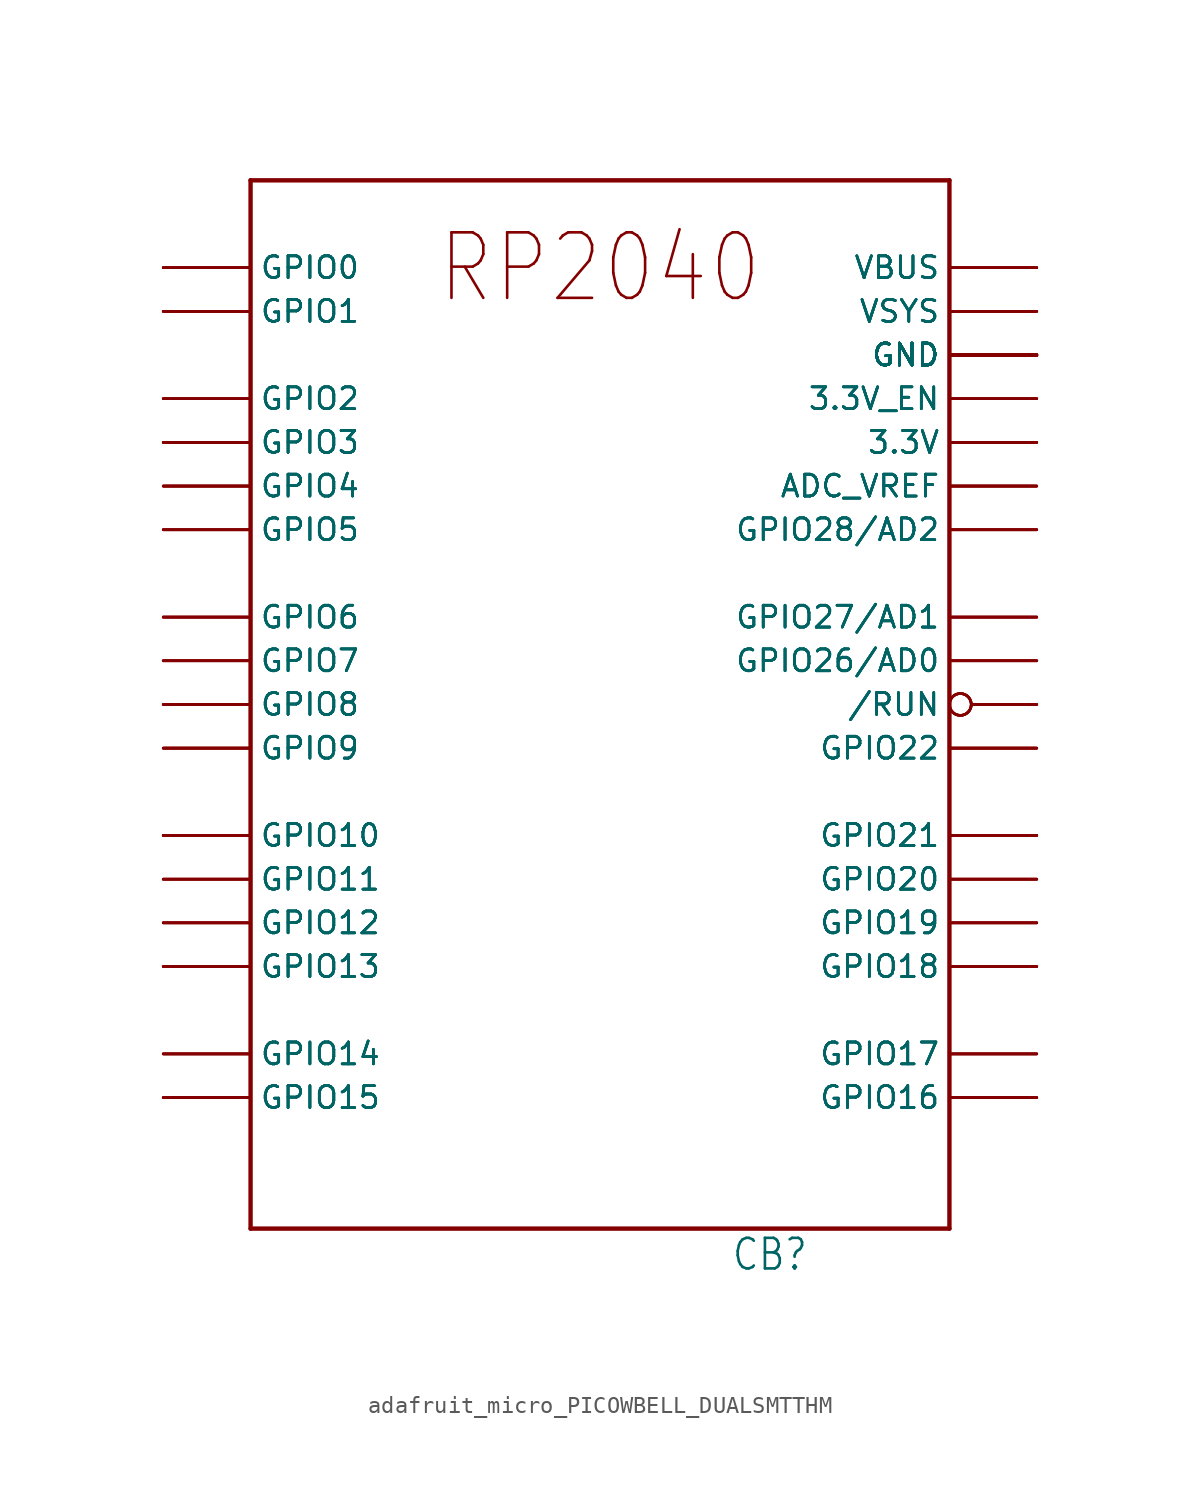
<source format=kicad_sym>
(kicad_symbol_lib
  (version 20231120)
  (generator "kicad_symbol_editor")
  (generator_version "8.0")
  (symbol "adafruit_micro_PICOWBELL_DUALSMTTHM"
    (property "Reference" "CB"
      (at 7.62 -33.02 0)
      (effects (font (size 1.778 1.511)) (justify left bottom)))
    (property "Value" ""
      (at -17.78 -33.02 0)
      (effects (font (size 1.778 1.511)) (justify left bottom)))
    (property "ki_locked" ""
      (at 0 0 0)
      (effects (font (size 1.27 1.27))))
    (symbol "adafruit_micro_PICOWBELL_DUALSMTTHM_1_0"
      (polyline (pts (xy -20.32 -30.48) (xy -20.32 30.48)) (stroke (width 0.254) (type solid)) (fill (type none)))
      (polyline (pts (xy -20.32 30.48) (xy 20.32 30.48)) (stroke (width 0.254) (type solid)) (fill (type none)))
      (polyline (pts (xy 20.32 -30.48) (xy -20.32 -30.48)) (stroke (width 0.254) (type solid)) (fill (type none)))
      (polyline (pts (xy 20.32 30.48) (xy 20.32 -30.48)) (stroke (width 0.254) (type solid)) (fill (type none)))
      (text "RP2040" (at 0 25.4 0) (effects (font (size 3.81 3.239))))
      (pin bidirectional line (at -25.4 25.4 0) (length 5.08) (name "GPIO0" (effects (font (size 1.27 1.27)))) (number "S1" (effects (font (size 0 0)))))
      (pin bidirectional line (at -25.4 15.24 0) (length 5.08) (name "GPIO3" (effects (font (size 1.27 1.27)))) (number "S10" (effects (font (size 0 0)))))
      (pin bidirectional line (at -25.4 12.7 0) (length 5.08) (name "GPIO4" (effects (font (size 1.27 1.27)))) (number "S11" (effects (font (size 0 0)))))
      (pin bidirectional line (at -25.4 12.7 0) (length 5.08) (name "GPIO4" (effects (font (size 1.27 1.27)))) (number "S12" (effects (font (size 0 0)))))
      (pin bidirectional line (at -25.4 10.16 0) (length 5.08) (name "GPIO5" (effects (font (size 1.27 1.27)))) (number "S13" (effects (font (size 0 0)))))
      (pin bidirectional line (at -25.4 10.16 0) (length 5.08) (name "GPIO5" (effects (font (size 1.27 1.27)))) (number "S14" (effects (font (size 0 0)))))
      (pin power_in line (at 25.4 20.32 180) (length 5.08) (name "GND" (effects (font (size 1.27 1.27)))) (number "S15" (effects (font (size 0 0)))))
      (pin power_in line (at 25.4 20.32 180) (length 5.08) (name "GND" (effects (font (size 1.27 1.27)))) (number "S16" (effects (font (size 0 0)))))
      (pin bidirectional line (at -25.4 5.08 0) (length 5.08) (name "GPIO6" (effects (font (size 1.27 1.27)))) (number "S17" (effects (font (size 0 0)))))
      (pin bidirectional line (at -25.4 5.08 0) (length 5.08) (name "GPIO6" (effects (font (size 1.27 1.27)))) (number "S18" (effects (font (size 0 0)))))
      (pin bidirectional line (at -25.4 2.54 0) (length 5.08) (name "GPIO7" (effects (font (size 1.27 1.27)))) (number "S19" (effects (font (size 0 0)))))
      (pin bidirectional line (at -25.4 25.4 0) (length 5.08) (name "GPIO0" (effects (font (size 1.27 1.27)))) (number "S2" (effects (font (size 0 0)))))
      (pin bidirectional line (at -25.4 2.54 0) (length 5.08) (name "GPIO7" (effects (font (size 1.27 1.27)))) (number "S20" (effects (font (size 0 0)))))
      (pin bidirectional line (at -25.4 0 0) (length 5.08) (name "GPIO8" (effects (font (size 1.27 1.27)))) (number "S21" (effects (font (size 0 0)))))
      (pin bidirectional line (at -25.4 0 0) (length 5.08) (name "GPIO8" (effects (font (size 1.27 1.27)))) (number "S22" (effects (font (size 0 0)))))
      (pin bidirectional line (at -25.4 -2.54 0) (length 5.08) (name "GPIO9" (effects (font (size 1.27 1.27)))) (number "S23" (effects (font (size 0 0)))))
      (pin bidirectional line (at -25.4 -2.54 0) (length 5.08) (name "GPIO9" (effects (font (size 1.27 1.27)))) (number "S24" (effects (font (size 0 0)))))
      (pin power_in line (at 25.4 20.32 180) (length 5.08) (name "GND" (effects (font (size 1.27 1.27)))) (number "S25" (effects (font (size 0 0)))))
      (pin power_in line (at 25.4 20.32 180) (length 5.08) (name "GND" (effects (font (size 1.27 1.27)))) (number "S26" (effects (font (size 0 0)))))
      (pin bidirectional line (at -25.4 -7.62 0) (length 5.08) (name "GPIO10" (effects (font (size 1.27 1.27)))) (number "S27" (effects (font (size 0 0)))))
      (pin bidirectional line (at -25.4 -7.62 0) (length 5.08) (name "GPIO10" (effects (font (size 1.27 1.27)))) (number "S28" (effects (font (size 0 0)))))
      (pin bidirectional line (at -25.4 -10.16 0) (length 5.08) (name "GPIO11" (effects (font (size 1.27 1.27)))) (number "S29" (effects (font (size 0 0)))))
      (pin bidirectional line (at -25.4 22.86 0) (length 5.08) (name "GPIO1" (effects (font (size 1.27 1.27)))) (number "S3" (effects (font (size 0 0)))))
      (pin bidirectional line (at -25.4 -10.16 0) (length 5.08) (name "GPIO11" (effects (font (size 1.27 1.27)))) (number "S30" (effects (font (size 0 0)))))
      (pin bidirectional line (at -25.4 -12.7 0) (length 5.08) (name "GPIO12" (effects (font (size 1.27 1.27)))) (number "S31" (effects (font (size 0 0)))))
      (pin bidirectional line (at -25.4 -12.7 0) (length 5.08) (name "GPIO12" (effects (font (size 1.27 1.27)))) (number "S32" (effects (font (size 0 0)))))
      (pin bidirectional line (at -25.4 -15.24 0) (length 5.08) (name "GPIO13" (effects (font (size 1.27 1.27)))) (number "S33" (effects (font (size 0 0)))))
      (pin bidirectional line (at -25.4 -15.24 0) (length 5.08) (name "GPIO13" (effects (font (size 1.27 1.27)))) (number "S34" (effects (font (size 0 0)))))
      (pin power_in line (at 25.4 20.32 180) (length 5.08) (name "GND" (effects (font (size 1.27 1.27)))) (number "S35" (effects (font (size 0 0)))))
      (pin power_in line (at 25.4 20.32 180) (length 5.08) (name "GND" (effects (font (size 1.27 1.27)))) (number "S36" (effects (font (size 0 0)))))
      (pin bidirectional line (at -25.4 -20.32 0) (length 5.08) (name "GPIO14" (effects (font (size 1.27 1.27)))) (number "S37" (effects (font (size 0 0)))))
      (pin bidirectional line (at -25.4 -20.32 0) (length 5.08) (name "GPIO14" (effects (font (size 1.27 1.27)))) (number "S38" (effects (font (size 0 0)))))
      (pin bidirectional line (at -25.4 -22.86 0) (length 5.08) (name "GPIO15" (effects (font (size 1.27 1.27)))) (number "S39" (effects (font (size 0 0)))))
      (pin bidirectional line (at -25.4 22.86 0) (length 5.08) (name "GPIO1" (effects (font (size 1.27 1.27)))) (number "S4" (effects (font (size 0 0)))))
      (pin bidirectional line (at -25.4 -22.86 0) (length 5.08) (name "GPIO15" (effects (font (size 1.27 1.27)))) (number "S40" (effects (font (size 0 0)))))
      (pin bidirectional line (at 25.4 -22.86 180) (length 5.08) (name "GPIO16" (effects (font (size 1.27 1.27)))) (number "S41" (effects (font (size 0 0)))))
      (pin bidirectional line (at 25.4 -22.86 180) (length 5.08) (name "GPIO16" (effects (font (size 1.27 1.27)))) (number "S42" (effects (font (size 0 0)))))
      (pin bidirectional line (at 25.4 -20.32 180) (length 5.08) (name "GPIO17" (effects (font (size 1.27 1.27)))) (number "S43" (effects (font (size 0 0)))))
      (pin bidirectional line (at 25.4 -20.32 180) (length 5.08) (name "GPIO17" (effects (font (size 1.27 1.27)))) (number "S44" (effects (font (size 0 0)))))
      (pin power_in line (at 25.4 20.32 180) (length 5.08) (name "GND" (effects (font (size 1.27 1.27)))) (number "S45" (effects (font (size 0 0)))))
      (pin power_in line (at 25.4 20.32 180) (length 5.08) (name "GND" (effects (font (size 1.27 1.27)))) (number "S46" (effects (font (size 0 0)))))
      (pin bidirectional line (at 25.4 -15.24 180) (length 5.08) (name "GPIO18" (effects (font (size 1.27 1.27)))) (number "S47" (effects (font (size 0 0)))))
      (pin bidirectional line (at 25.4 -15.24 180) (length 5.08) (name "GPIO18" (effects (font (size 1.27 1.27)))) (number "S48" (effects (font (size 0 0)))))
      (pin bidirectional line (at 25.4 -12.7 180) (length 5.08) (name "GPIO19" (effects (font (size 1.27 1.27)))) (number "S49" (effects (font (size 0 0)))))
      (pin power_in line (at 25.4 20.32 180) (length 5.08) (name "GND" (effects (font (size 1.27 1.27)))) (number "S5" (effects (font (size 0 0)))))
      (pin bidirectional line (at 25.4 -12.7 180) (length 5.08) (name "GPIO19" (effects (font (size 1.27 1.27)))) (number "S50" (effects (font (size 0 0)))))
      (pin bidirectional line (at 25.4 -10.16 180) (length 5.08) (name "GPIO20" (effects (font (size 1.27 1.27)))) (number "S51" (effects (font (size 0 0)))))
      (pin bidirectional line (at 25.4 -10.16 180) (length 5.08) (name "GPIO20" (effects (font (size 1.27 1.27)))) (number "S52" (effects (font (size 0 0)))))
      (pin bidirectional line (at 25.4 -7.62 180) (length 5.08) (name "GPIO21" (effects (font (size 1.27 1.27)))) (number "S53" (effects (font (size 0 0)))))
      (pin bidirectional line (at 25.4 -7.62 180) (length 5.08) (name "GPIO21" (effects (font (size 1.27 1.27)))) (number "S54" (effects (font (size 0 0)))))
      (pin power_in line (at 25.4 20.32 180) (length 5.08) (name "GND" (effects (font (size 1.27 1.27)))) (number "S55" (effects (font (size 0 0)))))
      (pin power_in line (at 25.4 20.32 180) (length 5.08) (name "GND" (effects (font (size 1.27 1.27)))) (number "S56" (effects (font (size 0 0)))))
      (pin bidirectional line (at 25.4 -2.54 180) (length 5.08) (name "GPIO22" (effects (font (size 1.27 1.27)))) (number "S57" (effects (font (size 0 0)))))
      (pin bidirectional line (at 25.4 -2.54 180) (length 5.08) (name "GPIO22" (effects (font (size 1.27 1.27)))) (number "S58" (effects (font (size 0 0)))))
      (pin bidirectional inverted (at 25.4 0 180) (length 5.08) (name "/RUN" (effects (font (size 1.27 1.27)))) (number "S59" (effects (font (size 0 0)))))
      (pin power_in line (at 25.4 20.32 180) (length 5.08) (name "GND" (effects (font (size 1.27 1.27)))) (number "S6" (effects (font (size 0 0)))))
      (pin bidirectional inverted (at 25.4 0 180) (length 5.08) (name "/RUN" (effects (font (size 1.27 1.27)))) (number "S60" (effects (font (size 0 0)))))
      (pin bidirectional line (at 25.4 2.54 180) (length 5.08) (name "GPIO26/AD0" (effects (font (size 1.27 1.27)))) (number "S61" (effects (font (size 0 0)))))
      (pin bidirectional line (at 25.4 2.54 180) (length 5.08) (name "GPIO26/AD0" (effects (font (size 1.27 1.27)))) (number "S62" (effects (font (size 0 0)))))
      (pin bidirectional line (at 25.4 5.08 180) (length 5.08) (name "GPIO27/AD1" (effects (font (size 1.27 1.27)))) (number "S63" (effects (font (size 0 0)))))
      (pin bidirectional line (at 25.4 5.08 180) (length 5.08) (name "GPIO27/AD1" (effects (font (size 1.27 1.27)))) (number "S64" (effects (font (size 0 0)))))
      (pin power_in line (at 25.4 20.32 180) (length 5.08) (name "GND" (effects (font (size 1.27 1.27)))) (number "S65" (effects (font (size 0 0)))))
      (pin power_in line (at 25.4 20.32 180) (length 5.08) (name "GND" (effects (font (size 1.27 1.27)))) (number "S66" (effects (font (size 0 0)))))
      (pin bidirectional line (at 25.4 10.16 180) (length 5.08) (name "GPIO28/AD2" (effects (font (size 1.27 1.27)))) (number "S67" (effects (font (size 0 0)))))
      (pin bidirectional line (at 25.4 10.16 180) (length 5.08) (name "GPIO28/AD2" (effects (font (size 1.27 1.27)))) (number "S68" (effects (font (size 0 0)))))
      (pin passive line (at 25.4 12.7 180) (length 5.08) (name "ADC_VREF" (effects (font (size 1.27 1.27)))) (number "S69" (effects (font (size 0 0)))))
      (pin bidirectional line (at -25.4 17.78 0) (length 5.08) (name "GPIO2" (effects (font (size 1.27 1.27)))) (number "S7" (effects (font (size 0 0)))))
      (pin passive line (at 25.4 12.7 180) (length 5.08) (name "ADC_VREF" (effects (font (size 1.27 1.27)))) (number "S70" (effects (font (size 0 0)))))
      (pin power_in line (at 25.4 15.24 180) (length 5.08) (name "3.3V" (effects (font (size 1.27 1.27)))) (number "S71" (effects (font (size 0 0)))))
      (pin power_in line (at 25.4 15.24 180) (length 5.08) (name "3.3V" (effects (font (size 1.27 1.27)))) (number "S72" (effects (font (size 0 0)))))
      (pin passive line (at 25.4 17.78 180) (length 5.08) (name "3.3V_EN" (effects (font (size 1.27 1.27)))) (number "S73" (effects (font (size 0 0)))))
      (pin passive line (at 25.4 17.78 180) (length 5.08) (name "3.3V_EN" (effects (font (size 1.27 1.27)))) (number "S74" (effects (font (size 0 0)))))
      (pin power_in line (at 25.4 20.32 180) (length 5.08) (name "GND" (effects (font (size 1.27 1.27)))) (number "S75" (effects (font (size 0 0)))))
      (pin power_in line (at 25.4 20.32 180) (length 5.08) (name "GND" (effects (font (size 1.27 1.27)))) (number "S76" (effects (font (size 0 0)))))
      (pin power_in line (at 25.4 22.86 180) (length 5.08) (name "VSYS" (effects (font (size 1.27 1.27)))) (number "S77" (effects (font (size 0 0)))))
      (pin power_in line (at 25.4 22.86 180) (length 5.08) (name "VSYS" (effects (font (size 1.27 1.27)))) (number "S78" (effects (font (size 0 0)))))
      (pin power_in line (at 25.4 25.4 180) (length 5.08) (name "VBUS" (effects (font (size 1.27 1.27)))) (number "S79" (effects (font (size 0 0)))))
      (pin bidirectional line (at -25.4 17.78 0) (length 5.08) (name "GPIO2" (effects (font (size 1.27 1.27)))) (number "S8" (effects (font (size 0 0)))))
      (pin power_in line (at 25.4 25.4 180) (length 5.08) (name "VBUS" (effects (font (size 1.27 1.27)))) (number "S80" (effects (font (size 0 0)))))
      (pin bidirectional line (at -25.4 15.24 0) (length 5.08) (name "GPIO3" (effects (font (size 1.27 1.27)))) (number "S9" (effects (font (size 0 0)))))
      (pin bidirectional line (at -25.4 25.4 0) (length 5.08) (name "GPIO0" (effects (font (size 1.27 1.27)))) (number "T1" (effects (font (size 0 0)))))
      (pin bidirectional line (at -25.4 15.24 0) (length 5.08) (name "GPIO3" (effects (font (size 1.27 1.27)))) (number "T10" (effects (font (size 0 0)))))
      (pin bidirectional line (at -25.4 12.7 0) (length 5.08) (name "GPIO4" (effects (font (size 1.27 1.27)))) (number "T11" (effects (font (size 0 0)))))
      (pin bidirectional line (at -25.4 12.7 0) (length 5.08) (name "GPIO4" (effects (font (size 1.27 1.27)))) (number "T12" (effects (font (size 0 0)))))
      (pin bidirectional line (at -25.4 10.16 0) (length 5.08) (name "GPIO5" (effects (font (size 1.27 1.27)))) (number "T13" (effects (font (size 0 0)))))
      (pin bidirectional line (at -25.4 10.16 0) (length 5.08) (name "GPIO5" (effects (font (size 1.27 1.27)))) (number "T14" (effects (font (size 0 0)))))
      (pin power_in line (at 25.4 20.32 180) (length 5.08) (name "GND" (effects (font (size 1.27 1.27)))) (number "T15" (effects (font (size 0 0)))))
      (pin power_in line (at 25.4 20.32 180) (length 5.08) (name "GND" (effects (font (size 1.27 1.27)))) (number "T16" (effects (font (size 0 0)))))
      (pin bidirectional line (at -25.4 5.08 0) (length 5.08) (name "GPIO6" (effects (font (size 1.27 1.27)))) (number "T17" (effects (font (size 0 0)))))
      (pin bidirectional line (at -25.4 5.08 0) (length 5.08) (name "GPIO6" (effects (font (size 1.27 1.27)))) (number "T18" (effects (font (size 0 0)))))
      (pin bidirectional line (at -25.4 2.54 0) (length 5.08) (name "GPIO7" (effects (font (size 1.27 1.27)))) (number "T19" (effects (font (size 0 0)))))
      (pin bidirectional line (at -25.4 25.4 0) (length 5.08) (name "GPIO0" (effects (font (size 1.27 1.27)))) (number "T2" (effects (font (size 0 0)))))
      (pin bidirectional line (at -25.4 2.54 0) (length 5.08) (name "GPIO7" (effects (font (size 1.27 1.27)))) (number "T20" (effects (font (size 0 0)))))
      (pin bidirectional line (at -25.4 0 0) (length 5.08) (name "GPIO8" (effects (font (size 1.27 1.27)))) (number "T21" (effects (font (size 0 0)))))
      (pin bidirectional line (at -25.4 0 0) (length 5.08) (name "GPIO8" (effects (font (size 1.27 1.27)))) (number "T22" (effects (font (size 0 0)))))
      (pin bidirectional line (at -25.4 -2.54 0) (length 5.08) (name "GPIO9" (effects (font (size 1.27 1.27)))) (number "T23" (effects (font (size 0 0)))))
      (pin bidirectional line (at -25.4 -2.54 0) (length 5.08) (name "GPIO9" (effects (font (size 1.27 1.27)))) (number "T24" (effects (font (size 0 0)))))
      (pin power_in line (at 25.4 20.32 180) (length 5.08) (name "GND" (effects (font (size 1.27 1.27)))) (number "T25" (effects (font (size 0 0)))))
      (pin power_in line (at 25.4 20.32 180) (length 5.08) (name "GND" (effects (font (size 1.27 1.27)))) (number "T26" (effects (font (size 0 0)))))
      (pin bidirectional line (at -25.4 -7.62 0) (length 5.08) (name "GPIO10" (effects (font (size 1.27 1.27)))) (number "T27" (effects (font (size 0 0)))))
      (pin bidirectional line (at -25.4 -7.62 0) (length 5.08) (name "GPIO10" (effects (font (size 1.27 1.27)))) (number "T28" (effects (font (size 0 0)))))
      (pin bidirectional line (at -25.4 -10.16 0) (length 5.08) (name "GPIO11" (effects (font (size 1.27 1.27)))) (number "T29" (effects (font (size 0 0)))))
      (pin bidirectional line (at -25.4 22.86 0) (length 5.08) (name "GPIO1" (effects (font (size 1.27 1.27)))) (number "T3" (effects (font (size 0 0)))))
      (pin bidirectional line (at -25.4 -10.16 0) (length 5.08) (name "GPIO11" (effects (font (size 1.27 1.27)))) (number "T30" (effects (font (size 0 0)))))
      (pin bidirectional line (at -25.4 -12.7 0) (length 5.08) (name "GPIO12" (effects (font (size 1.27 1.27)))) (number "T31" (effects (font (size 0 0)))))
      (pin bidirectional line (at -25.4 -12.7 0) (length 5.08) (name "GPIO12" (effects (font (size 1.27 1.27)))) (number "T32" (effects (font (size 0 0)))))
      (pin bidirectional line (at -25.4 -15.24 0) (length 5.08) (name "GPIO13" (effects (font (size 1.27 1.27)))) (number "T33" (effects (font (size 0 0)))))
      (pin bidirectional line (at -25.4 -15.24 0) (length 5.08) (name "GPIO13" (effects (font (size 1.27 1.27)))) (number "T34" (effects (font (size 0 0)))))
      (pin power_in line (at 25.4 20.32 180) (length 5.08) (name "GND" (effects (font (size 1.27 1.27)))) (number "T35" (effects (font (size 0 0)))))
      (pin power_in line (at 25.4 20.32 180) (length 5.08) (name "GND" (effects (font (size 1.27 1.27)))) (number "T36" (effects (font (size 0 0)))))
      (pin bidirectional line (at -25.4 -20.32 0) (length 5.08) (name "GPIO14" (effects (font (size 1.27 1.27)))) (number "T37" (effects (font (size 0 0)))))
      (pin bidirectional line (at -25.4 -20.32 0) (length 5.08) (name "GPIO14" (effects (font (size 1.27 1.27)))) (number "T38" (effects (font (size 0 0)))))
      (pin bidirectional line (at -25.4 -22.86 0) (length 5.08) (name "GPIO15" (effects (font (size 1.27 1.27)))) (number "T39" (effects (font (size 0 0)))))
      (pin bidirectional line (at -25.4 22.86 0) (length 5.08) (name "GPIO1" (effects (font (size 1.27 1.27)))) (number "T4" (effects (font (size 0 0)))))
      (pin bidirectional line (at -25.4 -22.86 0) (length 5.08) (name "GPIO15" (effects (font (size 1.27 1.27)))) (number "T40" (effects (font (size 0 0)))))
      (pin bidirectional line (at 25.4 -22.86 180) (length 5.08) (name "GPIO16" (effects (font (size 1.27 1.27)))) (number "T41" (effects (font (size 0 0)))))
      (pin bidirectional line (at 25.4 -22.86 180) (length 5.08) (name "GPIO16" (effects (font (size 1.27 1.27)))) (number "T42" (effects (font (size 0 0)))))
      (pin bidirectional line (at 25.4 -20.32 180) (length 5.08) (name "GPIO17" (effects (font (size 1.27 1.27)))) (number "T43" (effects (font (size 0 0)))))
      (pin bidirectional line (at 25.4 -20.32 180) (length 5.08) (name "GPIO17" (effects (font (size 1.27 1.27)))) (number "T44" (effects (font (size 0 0)))))
      (pin power_in line (at 25.4 20.32 180) (length 5.08) (name "GND" (effects (font (size 1.27 1.27)))) (number "T45" (effects (font (size 0 0)))))
      (pin power_in line (at 25.4 20.32 180) (length 5.08) (name "GND" (effects (font (size 1.27 1.27)))) (number "T46" (effects (font (size 0 0)))))
      (pin bidirectional line (at 25.4 -15.24 180) (length 5.08) (name "GPIO18" (effects (font (size 1.27 1.27)))) (number "T47" (effects (font (size 0 0)))))
      (pin bidirectional line (at 25.4 -15.24 180) (length 5.08) (name "GPIO18" (effects (font (size 1.27 1.27)))) (number "T48" (effects (font (size 0 0)))))
      (pin bidirectional line (at 25.4 -12.7 180) (length 5.08) (name "GPIO19" (effects (font (size 1.27 1.27)))) (number "T49" (effects (font (size 0 0)))))
      (pin power_in line (at 25.4 20.32 180) (length 5.08) (name "GND" (effects (font (size 1.27 1.27)))) (number "T5" (effects (font (size 0 0)))))
      (pin bidirectional line (at 25.4 -12.7 180) (length 5.08) (name "GPIO19" (effects (font (size 1.27 1.27)))) (number "T50" (effects (font (size 0 0)))))
      (pin bidirectional line (at 25.4 -10.16 180) (length 5.08) (name "GPIO20" (effects (font (size 1.27 1.27)))) (number "T51" (effects (font (size 0 0)))))
      (pin bidirectional line (at 25.4 -10.16 180) (length 5.08) (name "GPIO20" (effects (font (size 1.27 1.27)))) (number "T52" (effects (font (size 0 0)))))
      (pin bidirectional line (at 25.4 -7.62 180) (length 5.08) (name "GPIO21" (effects (font (size 1.27 1.27)))) (number "T53" (effects (font (size 0 0)))))
      (pin bidirectional line (at 25.4 -7.62 180) (length 5.08) (name "GPIO21" (effects (font (size 1.27 1.27)))) (number "T54" (effects (font (size 0 0)))))
      (pin power_in line (at 25.4 20.32 180) (length 5.08) (name "GND" (effects (font (size 1.27 1.27)))) (number "T55" (effects (font (size 0 0)))))
      (pin power_in line (at 25.4 20.32 180) (length 5.08) (name "GND" (effects (font (size 1.27 1.27)))) (number "T56" (effects (font (size 0 0)))))
      (pin bidirectional line (at 25.4 -2.54 180) (length 5.08) (name "GPIO22" (effects (font (size 1.27 1.27)))) (number "T57" (effects (font (size 0 0)))))
      (pin bidirectional line (at 25.4 -2.54 180) (length 5.08) (name "GPIO22" (effects (font (size 1.27 1.27)))) (number "T58" (effects (font (size 0 0)))))
      (pin bidirectional inverted (at 25.4 0 180) (length 5.08) (name "/RUN" (effects (font (size 1.27 1.27)))) (number "T59" (effects (font (size 0 0)))))
      (pin power_in line (at 25.4 20.32 180) (length 5.08) (name "GND" (effects (font (size 1.27 1.27)))) (number "T6" (effects (font (size 0 0)))))
      (pin bidirectional inverted (at 25.4 0 180) (length 5.08) (name "/RUN" (effects (font (size 1.27 1.27)))) (number "T60" (effects (font (size 0 0)))))
      (pin bidirectional line (at 25.4 2.54 180) (length 5.08) (name "GPIO26/AD0" (effects (font (size 1.27 1.27)))) (number "T61" (effects (font (size 0 0)))))
      (pin bidirectional line (at 25.4 2.54 180) (length 5.08) (name "GPIO26/AD0" (effects (font (size 1.27 1.27)))) (number "T62" (effects (font (size 0 0)))))
      (pin bidirectional line (at 25.4 5.08 180) (length 5.08) (name "GPIO27/AD1" (effects (font (size 1.27 1.27)))) (number "T63" (effects (font (size 0 0)))))
      (pin bidirectional line (at 25.4 5.08 180) (length 5.08) (name "GPIO27/AD1" (effects (font (size 1.27 1.27)))) (number "T64" (effects (font (size 0 0)))))
      (pin power_in line (at 25.4 20.32 180) (length 5.08) (name "GND" (effects (font (size 1.27 1.27)))) (number "T65" (effects (font (size 0 0)))))
      (pin power_in line (at 25.4 20.32 180) (length 5.08) (name "GND" (effects (font (size 1.27 1.27)))) (number "T66" (effects (font (size 0 0)))))
      (pin bidirectional line (at 25.4 10.16 180) (length 5.08) (name "GPIO28/AD2" (effects (font (size 1.27 1.27)))) (number "T67" (effects (font (size 0 0)))))
      (pin bidirectional line (at 25.4 10.16 180) (length 5.08) (name "GPIO28/AD2" (effects (font (size 1.27 1.27)))) (number "T68" (effects (font (size 0 0)))))
      (pin passive line (at 25.4 12.7 180) (length 5.08) (name "ADC_VREF" (effects (font (size 1.27 1.27)))) (number "T69" (effects (font (size 0 0)))))
      (pin bidirectional line (at -25.4 17.78 0) (length 5.08) (name "GPIO2" (effects (font (size 1.27 1.27)))) (number "T7" (effects (font (size 0 0)))))
      (pin passive line (at 25.4 12.7 180) (length 5.08) (name "ADC_VREF" (effects (font (size 1.27 1.27)))) (number "T70" (effects (font (size 0 0)))))
      (pin power_in line (at 25.4 15.24 180) (length 5.08) (name "3.3V" (effects (font (size 1.27 1.27)))) (number "T71" (effects (font (size 0 0)))))
      (pin power_in line (at 25.4 15.24 180) (length 5.08) (name "3.3V" (effects (font (size 1.27 1.27)))) (number "T72" (effects (font (size 0 0)))))
      (pin passive line (at 25.4 17.78 180) (length 5.08) (name "3.3V_EN" (effects (font (size 1.27 1.27)))) (number "T73" (effects (font (size 0 0)))))
      (pin passive line (at 25.4 17.78 180) (length 5.08) (name "3.3V_EN" (effects (font (size 1.27 1.27)))) (number "T74" (effects (font (size 0 0)))))
      (pin power_in line (at 25.4 20.32 180) (length 5.08) (name "GND" (effects (font (size 1.27 1.27)))) (number "T75" (effects (font (size 0 0)))))
      (pin power_in line (at 25.4 20.32 180) (length 5.08) (name "GND" (effects (font (size 1.27 1.27)))) (number "T76" (effects (font (size 0 0)))))
      (pin power_in line (at 25.4 22.86 180) (length 5.08) (name "VSYS" (effects (font (size 1.27 1.27)))) (number "T77" (effects (font (size 0 0)))))
      (pin power_in line (at 25.4 22.86 180) (length 5.08) (name "VSYS" (effects (font (size 1.27 1.27)))) (number "T78" (effects (font (size 0 0)))))
      (pin power_in line (at 25.4 25.4 180) (length 5.08) (name "VBUS" (effects (font (size 1.27 1.27)))) (number "T79" (effects (font (size 0 0)))))
      (pin bidirectional line (at -25.4 17.78 0) (length 5.08) (name "GPIO2" (effects (font (size 1.27 1.27)))) (number "T8" (effects (font (size 0 0)))))
      (pin power_in line (at 25.4 25.4 180) (length 5.08) (name "VBUS" (effects (font (size 1.27 1.27)))) (number "T80" (effects (font (size 0 0)))))
      (pin bidirectional line (at -25.4 15.24 0) (length 5.08) (name "GPIO3" (effects (font (size 1.27 1.27)))) (number "T9" (effects (font (size 0 0))))))))
</source>
